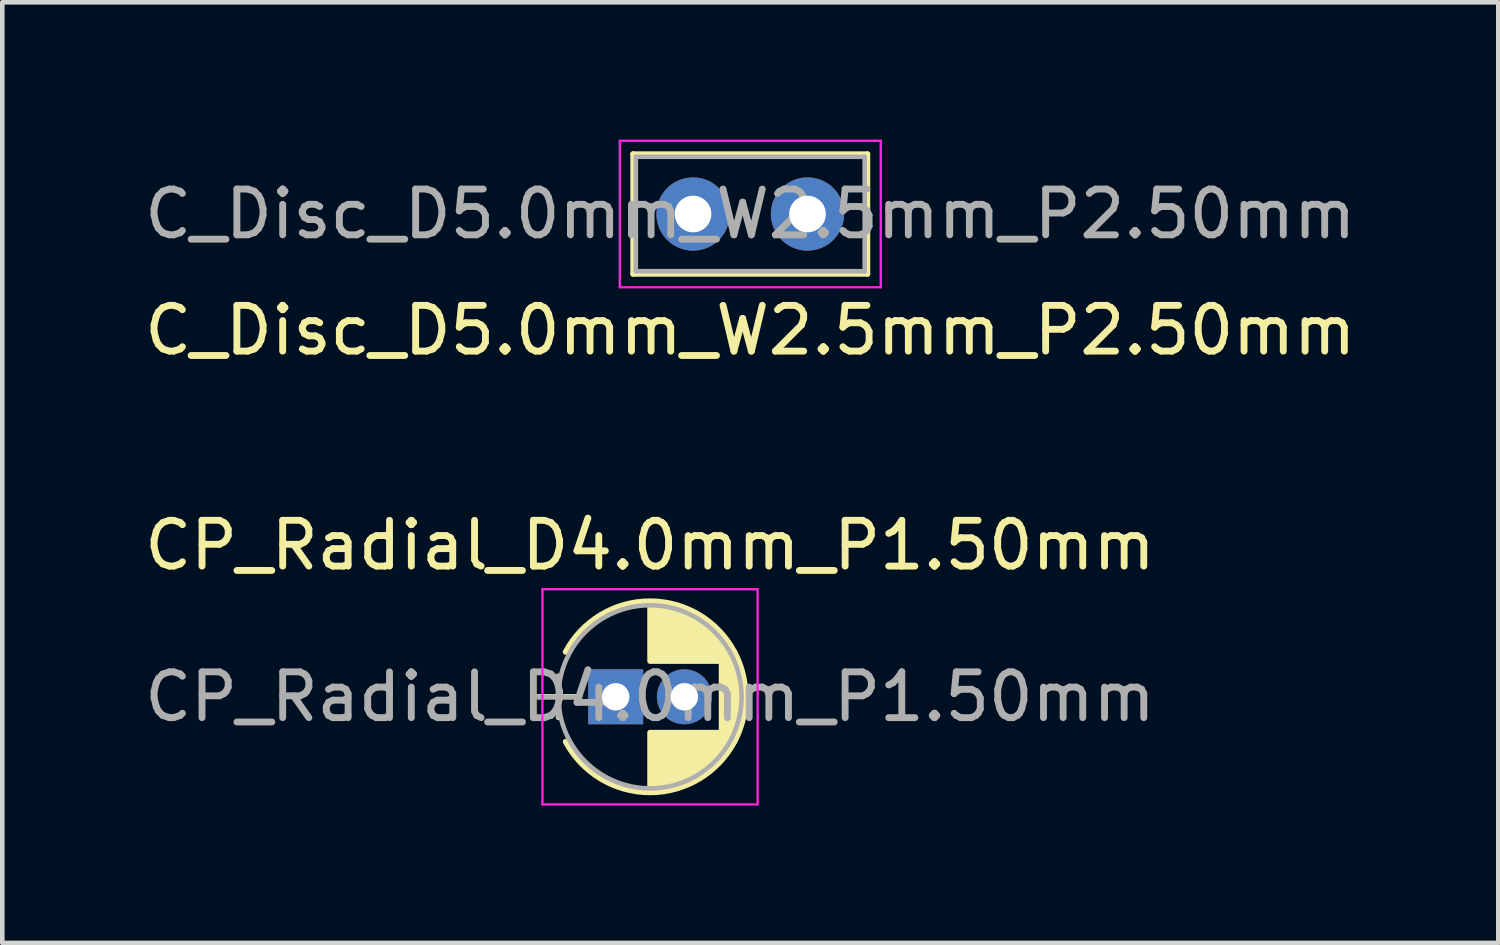
<source format=kicad_pcb>
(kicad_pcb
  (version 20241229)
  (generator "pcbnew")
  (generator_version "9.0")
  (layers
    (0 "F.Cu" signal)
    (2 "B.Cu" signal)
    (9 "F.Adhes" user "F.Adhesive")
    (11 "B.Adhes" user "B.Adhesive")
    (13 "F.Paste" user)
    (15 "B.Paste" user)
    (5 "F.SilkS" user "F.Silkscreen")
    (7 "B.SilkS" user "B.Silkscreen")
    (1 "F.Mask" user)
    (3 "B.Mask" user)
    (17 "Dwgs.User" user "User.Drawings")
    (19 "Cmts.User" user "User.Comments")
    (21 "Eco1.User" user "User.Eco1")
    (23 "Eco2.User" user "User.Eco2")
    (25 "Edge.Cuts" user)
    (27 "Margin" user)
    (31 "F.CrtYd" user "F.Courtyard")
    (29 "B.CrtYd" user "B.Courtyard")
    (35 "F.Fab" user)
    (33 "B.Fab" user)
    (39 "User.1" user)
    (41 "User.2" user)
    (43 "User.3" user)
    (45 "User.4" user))
  (footprint "CP_Radial_D4.0mm_P1.50mm"
    (layer "F.Cu")
    (at 10.399 12.171)
    (property "Reference" "CP_Radial_D4.0mm_P1.50mm" (at 0.75 -3.31 0) (layer "F.SilkS") (effects (font (size 1 1) (thickness 0.15))))
    (attr through_hole)
    (fp_line (start -1.7 0) (end -0.8 0) (stroke (width 0.12) (type solid)) (layer "F.SilkS"))
    (fp_line (start -1.25 -0.45) (end -1.25 0.45) (stroke (width 0.12) (type solid)) (layer "F.SilkS"))
    (fp_line (start 0.75 -2.05) (end 0.75 -0.78) (stroke (width 0.12) (type solid)) (layer "F.SilkS"))
    (fp_line (start 0.75 0.78) (end 0.75 2.05) (stroke (width 0.12) (type solid)) (layer "F.SilkS"))
    (fp_line (start 0.79 -2.05) (end 0.79 -0.78) (stroke (width 0.12) (type solid)) (layer "F.SilkS"))
    (fp_line (start 0.79 0.78) (end 0.79 2.05) (stroke (width 0.12) (type solid)) (layer "F.SilkS"))
    (fp_line (start 0.83 -2.049) (end 0.83 -0.78) (stroke (width 0.12) (type solid)) (layer "F.SilkS"))
    (fp_line (start 0.83 0.78) (end 0.83 2.049) (stroke (width 0.12) (type solid)) (layer "F.SilkS"))
    (fp_line (start 0.87 -2.047) (end 0.87 -0.78) (stroke (width 0.12) (type solid)) (layer "F.SilkS"))
    (fp_line (start 0.87 0.78) (end 0.87 2.047) (stroke (width 0.12) (type solid)) (layer "F.SilkS"))
    (fp_line (start 0.91 -2.044) (end 0.91 -0.78) (stroke (width 0.12) (type solid)) (layer "F.SilkS"))
    (fp_line (start 0.91 0.78) (end 0.91 2.044) (stroke (width 0.12) (type solid)) (layer "F.SilkS"))
    (fp_line (start 0.95 -2.041) (end 0.95 -0.78) (stroke (width 0.12) (type solid)) (layer "F.SilkS"))
    (fp_line (start 0.95 0.78) (end 0.95 2.041) (stroke (width 0.12) (type solid)) (layer "F.SilkS"))
    (fp_line (start 0.99 -2.037) (end 0.99 -0.78) (stroke (width 0.12) (type solid)) (layer "F.SilkS"))
    (fp_line (start 0.99 0.78) (end 0.99 2.037) (stroke (width 0.12) (type solid)) (layer "F.SilkS"))
    (fp_line (start 1.03 -2.032) (end 1.03 -0.78) (stroke (width 0.12) (type solid)) (layer "F.SilkS"))
    (fp_line (start 1.03 0.78) (end 1.03 2.032) (stroke (width 0.12) (type solid)) (layer "F.SilkS"))
    (fp_line (start 1.07 -2.026) (end 1.07 -0.78) (stroke (width 0.12) (type solid)) (layer "F.SilkS"))
    (fp_line (start 1.07 0.78) (end 1.07 2.026) (stroke (width 0.12) (type solid)) (layer "F.SilkS"))
    (fp_line (start 1.11 -2.019) (end 1.11 -0.78) (stroke (width 0.12) (type solid)) (layer "F.SilkS"))
    (fp_line (start 1.11 0.78) (end 1.11 2.019) (stroke (width 0.12) (type solid)) (layer "F.SilkS"))
    (fp_line (start 1.15 -2.012) (end 1.15 -0.78) (stroke (width 0.12) (type solid)) (layer "F.SilkS"))
    (fp_line (start 1.15 0.78) (end 1.15 2.012) (stroke (width 0.12) (type solid)) (layer "F.SilkS"))
    (fp_line (start 1.19 -2.004) (end 1.19 -0.78) (stroke (width 0.12) (type solid)) (layer "F.SilkS"))
    (fp_line (start 1.19 0.78) (end 1.19 2.004) (stroke (width 0.12) (type solid)) (layer "F.SilkS"))
    (fp_line (start 1.23 -1.995) (end 1.23 -0.78) (stroke (width 0.12) (type solid)) (layer "F.SilkS"))
    (fp_line (start 1.23 0.78) (end 1.23 1.995) (stroke (width 0.12) (type solid)) (layer "F.SilkS"))
    (fp_line (start 1.27 -1.985) (end 1.27 -0.78) (stroke (width 0.12) (type solid)) (layer "F.SilkS"))
    (fp_line (start 1.27 0.78) (end 1.27 1.985) (stroke (width 0.12) (type solid)) (layer "F.SilkS"))
    (fp_line (start 1.31 -1.974) (end 1.31 -0.78) (stroke (width 0.12) (type solid)) (layer "F.SilkS"))
    (fp_line (start 1.31 0.78) (end 1.31 1.974) (stroke (width 0.12) (type solid)) (layer "F.SilkS"))
    (fp_line (start 1.35 -1.963) (end 1.35 -0.78) (stroke (width 0.12) (type solid)) (layer "F.SilkS"))
    (fp_line (start 1.35 0.78) (end 1.35 1.963) (stroke (width 0.12) (type solid)) (layer "F.SilkS"))
    (fp_line (start 1.39 -1.95) (end 1.39 -0.78) (stroke (width 0.12) (type solid)) (layer "F.SilkS"))
    (fp_line (start 1.39 0.78) (end 1.39 1.95) (stroke (width 0.12) (type solid)) (layer "F.SilkS"))
    (fp_line (start 1.43 -1.937) (end 1.43 -0.78) (stroke (width 0.12) (type solid)) (layer "F.SilkS"))
    (fp_line (start 1.43 0.78) (end 1.43 1.937) (stroke (width 0.12) (type solid)) (layer "F.SilkS"))
    (fp_line (start 1.471 -1.923) (end 1.471 -0.78) (stroke (width 0.12) (type solid)) (layer "F.SilkS"))
    (fp_line (start 1.471 0.78) (end 1.471 1.923) (stroke (width 0.12) (type solid)) (layer "F.SilkS"))
    (fp_line (start 1.511 -1.907) (end 1.511 -0.78) (stroke (width 0.12) (type solid)) (layer "F.SilkS"))
    (fp_line (start 1.511 0.78) (end 1.511 1.907) (stroke (width 0.12) (type solid)) (layer "F.SilkS"))
    (fp_line (start 1.551 -1.891) (end 1.551 -0.78) (stroke (width 0.12) (type solid)) (layer "F.SilkS"))
    (fp_line (start 1.551 0.78) (end 1.551 1.891) (stroke (width 0.12) (type solid)) (layer "F.SilkS"))
    (fp_line (start 1.591 -1.874) (end 1.591 -0.78) (stroke (width 0.12) (type solid)) (layer "F.SilkS"))
    (fp_line (start 1.591 0.78) (end 1.591 1.874) (stroke (width 0.12) (type solid)) (layer "F.SilkS"))
    (fp_line (start 1.631 -1.856) (end 1.631 -0.78) (stroke (width 0.12) (type solid)) (layer "F.SilkS"))
    (fp_line (start 1.631 0.78) (end 1.631 1.856) (stroke (width 0.12) (type solid)) (layer "F.SilkS"))
    (fp_line (start 1.671 -1.837) (end 1.671 -0.78) (stroke (width 0.12) (type solid)) (layer "F.SilkS"))
    (fp_line (start 1.671 0.78) (end 1.671 1.837) (stroke (width 0.12) (type solid)) (layer "F.SilkS"))
    (fp_line (start 1.711 -1.817) (end 1.711 -0.78) (stroke (width 0.12) (type solid)) (layer "F.SilkS"))
    (fp_line (start 1.711 0.78) (end 1.711 1.817) (stroke (width 0.12) (type solid)) (layer "F.SilkS"))
    (fp_line (start 1.751 -1.796) (end 1.751 -0.78) (stroke (width 0.12) (type solid)) (layer "F.SilkS"))
    (fp_line (start 1.751 0.78) (end 1.751 1.796) (stroke (width 0.12) (type solid)) (layer "F.SilkS"))
    (fp_line (start 1.791 -1.773) (end 1.791 -0.78) (stroke (width 0.12) (type solid)) (layer "F.SilkS"))
    (fp_line (start 1.791 0.78) (end 1.791 1.773) (stroke (width 0.12) (type solid)) (layer "F.SilkS"))
    (fp_line (start 1.831 -1.75) (end 1.831 -0.78) (stroke (width 0.12) (type solid)) (layer "F.SilkS"))
    (fp_line (start 1.831 0.78) (end 1.831 1.75) (stroke (width 0.12) (type solid)) (layer "F.SilkS"))
    (fp_line (start 1.871 -1.725) (end 1.871 -0.78) (stroke (width 0.12) (type solid)) (layer "F.SilkS"))
    (fp_line (start 1.871 0.78) (end 1.871 1.725) (stroke (width 0.12) (type solid)) (layer "F.SilkS"))
    (fp_line (start 1.911 -1.699) (end 1.911 -0.78) (stroke (width 0.12) (type solid)) (layer "F.SilkS"))
    (fp_line (start 1.911 0.78) (end 1.911 1.699) (stroke (width 0.12) (type solid)) (layer "F.SilkS"))
    (fp_line (start 1.951 -1.672) (end 1.951 -0.78) (stroke (width 0.12) (type solid)) (layer "F.SilkS"))
    (fp_line (start 1.951 0.78) (end 1.951 1.672) (stroke (width 0.12) (type solid)) (layer "F.SilkS"))
    (fp_line (start 1.991 -1.643) (end 1.991 -0.78) (stroke (width 0.12) (type solid)) (layer "F.SilkS"))
    (fp_line (start 1.991 0.78) (end 1.991 1.643) (stroke (width 0.12) (type solid)) (layer "F.SilkS"))
    (fp_line (start 2.031 -1.613) (end 2.031 -0.78) (stroke (width 0.12) (type solid)) (layer "F.SilkS"))
    (fp_line (start 2.031 0.78) (end 2.031 1.613) (stroke (width 0.12) (type solid)) (layer "F.SilkS"))
    (fp_line (start 2.071 -1.581) (end 2.071 -0.78) (stroke (width 0.12) (type solid)) (layer "F.SilkS"))
    (fp_line (start 2.071 0.78) (end 2.071 1.581) (stroke (width 0.12) (type solid)) (layer "F.SilkS"))
    (fp_line (start 2.111 -1.547) (end 2.111 -0.78) (stroke (width 0.12) (type solid)) (layer "F.SilkS"))
    (fp_line (start 2.111 0.78) (end 2.111 1.547) (stroke (width 0.12) (type solid)) (layer "F.SilkS"))
    (fp_line (start 2.151 -1.512) (end 2.151 -0.78) (stroke (width 0.12) (type solid)) (layer "F.SilkS"))
    (fp_line (start 2.151 0.78) (end 2.151 1.512) (stroke (width 0.12) (type solid)) (layer "F.SilkS"))
    (fp_line (start 2.191 -1.475) (end 2.191 -0.78) (stroke (width 0.12) (type solid)) (layer "F.SilkS"))
    (fp_line (start 2.191 0.78) (end 2.191 1.475) (stroke (width 0.12) (type solid)) (layer "F.SilkS"))
    (fp_line (start 2.231 -1.436) (end 2.231 -0.78) (stroke (width 0.12) (type solid)) (layer "F.SilkS"))
    (fp_line (start 2.231 0.78) (end 2.231 1.436) (stroke (width 0.12) (type solid)) (layer "F.SilkS"))
    (fp_line (start 2.271 -1.395) (end 2.271 -0.78) (stroke (width 0.12) (type solid)) (layer "F.SilkS"))
    (fp_line (start 2.271 0.78) (end 2.271 1.395) (stroke (width 0.12) (type solid)) (layer "F.SilkS"))
    (fp_line (start 2.311 -1.351) (end 2.311 1.351) (stroke (width 0.12) (type solid)) (layer "F.SilkS"))
    (fp_line (start 2.351 -1.305) (end 2.351 1.305) (stroke (width 0.12) (type solid)) (layer "F.SilkS"))
    (fp_line (start 2.391 -1.256) (end 2.391 1.256) (stroke (width 0.12) (type solid)) (layer "F.SilkS"))
    (fp_line (start 2.431 -1.204) (end 2.431 1.204) (stroke (width 0.12) (type solid)) (layer "F.SilkS"))
    (fp_line (start 2.471 -1.148) (end 2.471 1.148) (stroke (width 0.12) (type solid)) (layer "F.SilkS"))
    (fp_line (start 2.511 -1.088) (end 2.511 1.088) (stroke (width 0.12) (type solid)) (layer "F.SilkS"))
    (fp_line (start 2.551 -1.023) (end 2.551 1.023) (stroke (width 0.12) (type solid)) (layer "F.SilkS"))
    (fp_line (start 2.591 -0.952) (end 2.591 0.952) (stroke (width 0.12) (type solid)) (layer "F.SilkS"))
    (fp_line (start 2.631 -0.874) (end 2.631 0.874) (stroke (width 0.12) (type solid)) (layer "F.SilkS"))
    (fp_line (start 2.671 -0.786) (end 2.671 0.786) (stroke (width 0.12) (type solid)) (layer "F.SilkS"))
    (fp_line (start 2.711 -0.686) (end 2.711 0.686) (stroke (width 0.12) (type solid)) (layer "F.SilkS"))
    (fp_line (start 2.751 -0.567) (end 2.751 0.567) (stroke (width 0.12) (type solid)) (layer "F.SilkS"))
    (fp_line (start 2.791 -0.415) (end 2.791 0.415) (stroke (width 0.12) (type solid)) (layer "F.SilkS"))
    (fp_line (start 2.831 -0.165) (end 2.831 0.165) (stroke (width 0.12) (type solid)) (layer "F.SilkS"))
    (fp_arc (start -1.095996 -0.98) (mid 0.75047 -2.09) (end 2.596436 -0.97917) (stroke (width 0.12) (type solid)) (layer "F.SilkS"))
    (fp_arc (start 2.595996 -0.98) (mid 2.84 -0.00047) (end 2.596436 0.97917) (stroke (width 0.12) (type solid)) (layer "F.SilkS"))
    (fp_arc (start 2.596436 0.97917) (mid 0.75047 2.09) (end -1.095996 0.98) (stroke (width 0.12) (type solid)) (layer "F.SilkS"))
    (fp_line (start -1.6 -2.35) (end -1.6 2.35) (stroke (width 0.05) (type solid)) (layer "F.CrtYd"))
    (fp_line (start -1.6 2.35) (end 3.1 2.35) (stroke (width 0.05) (type solid)) (layer "F.CrtYd"))
    (fp_line (start 3.1 -2.35) (end -1.6 -2.35) (stroke (width 0.05) (type solid)) (layer "F.CrtYd"))
    (fp_line (start 3.1 2.35) (end 3.1 -2.35) (stroke (width 0.05) (type solid)) (layer "F.CrtYd"))
    (fp_line (start -1.7 0) (end -0.8 0) (stroke (width 0.1) (type solid)) (layer "F.Fab"))
    (fp_line (start -1.25 -0.45) (end -1.25 0.45) (stroke (width 0.1) (type solid)) (layer "F.Fab"))
    (fp_circle (center 0.75 0) (end 2.75 0) (stroke (width 0.1) (type solid)) (fill no) (layer "F.Fab"))
    (fp_text user "${REFERENCE}" (at 0.75 0 0) (layer "F.Fab") (effects (font (size 1 1) (thickness 0.15))))
    (pad "1" thru_hole rect (at 0 0) (size 1.2 1.2) (drill 0.6) (layers "*.Cu" "*.Mask"))
    (pad "2" thru_hole circle (at 1.5 0) (size 1.2 1.2) (drill 0.6) (layers "*.Cu" "*.Mask")))
  (footprint "C_Disc_D5.0mm_W2.5mm_P2.50mm"
    (layer "F.Cu")
    (at 12.089 1.625)
    (property "Reference" "C_Disc_D5.0mm_W2.5mm_P2.50mm" (at 1.25 2.54 0) (layer "F.SilkS") (effects (font (size 1 1) (thickness 0.15))))
    (attr through_hole)
    (fp_line (start -1.31 -1.31) (end -1.31 1.31) (stroke (width 0.12) (type solid)) (layer "F.SilkS"))
    (fp_line (start -1.31 -1.31) (end 3.81 -1.31) (stroke (width 0.12) (type solid)) (layer "F.SilkS"))
    (fp_line (start -1.31 1.31) (end 3.81 1.31) (stroke (width 0.12) (type solid)) (layer "F.SilkS"))
    (fp_line (start 3.81 -1.31) (end 3.81 1.31) (stroke (width 0.12) (type solid)) (layer "F.SilkS"))
    (fp_line (start -1.6 -1.6) (end -1.6 1.6) (stroke (width 0.05) (type solid)) (layer "F.CrtYd"))
    (fp_line (start -1.6 1.6) (end 4.1 1.6) (stroke (width 0.05) (type solid)) (layer "F.CrtYd"))
    (fp_line (start 4.1 -1.6) (end -1.6 -1.6) (stroke (width 0.05) (type solid)) (layer "F.CrtYd"))
    (fp_line (start 4.1 1.6) (end 4.1 -1.6) (stroke (width 0.05) (type solid)) (layer "F.CrtYd"))
    (fp_line (start -1.25 -1.25) (end -1.25 1.25) (stroke (width 0.1) (type solid)) (layer "F.Fab"))
    (fp_line (start -1.25 1.25) (end 3.75 1.25) (stroke (width 0.1) (type solid)) (layer "F.Fab"))
    (fp_line (start 3.75 -1.25) (end -1.25 -1.25) (stroke (width 0.1) (type solid)) (layer "F.Fab"))
    (fp_line (start 3.75 1.25) (end 3.75 -1.25) (stroke (width 0.1) (type solid)) (layer "F.Fab"))
    (fp_text user "${REFERENCE}" (at 1.25 0 0) (layer "F.Fab") (effects (font (size 1 1) (thickness 0.15))))
    (pad "1" thru_hole circle (at 0 0) (size 1.6 1.6) (drill 0.8) (layers "*.Cu" "*.Mask"))
    (pad "2" thru_hole circle (at 2.5 0) (size 1.6 1.6) (drill 0.8) (layers "*.Cu" "*.Mask")))
  (gr_rect
    (start -3 -3)
    (end 29.679 17.547)
    (stroke (width 0.1) (type default))
    (fill no)
    (layer "Edge.Cuts")))
</source>
